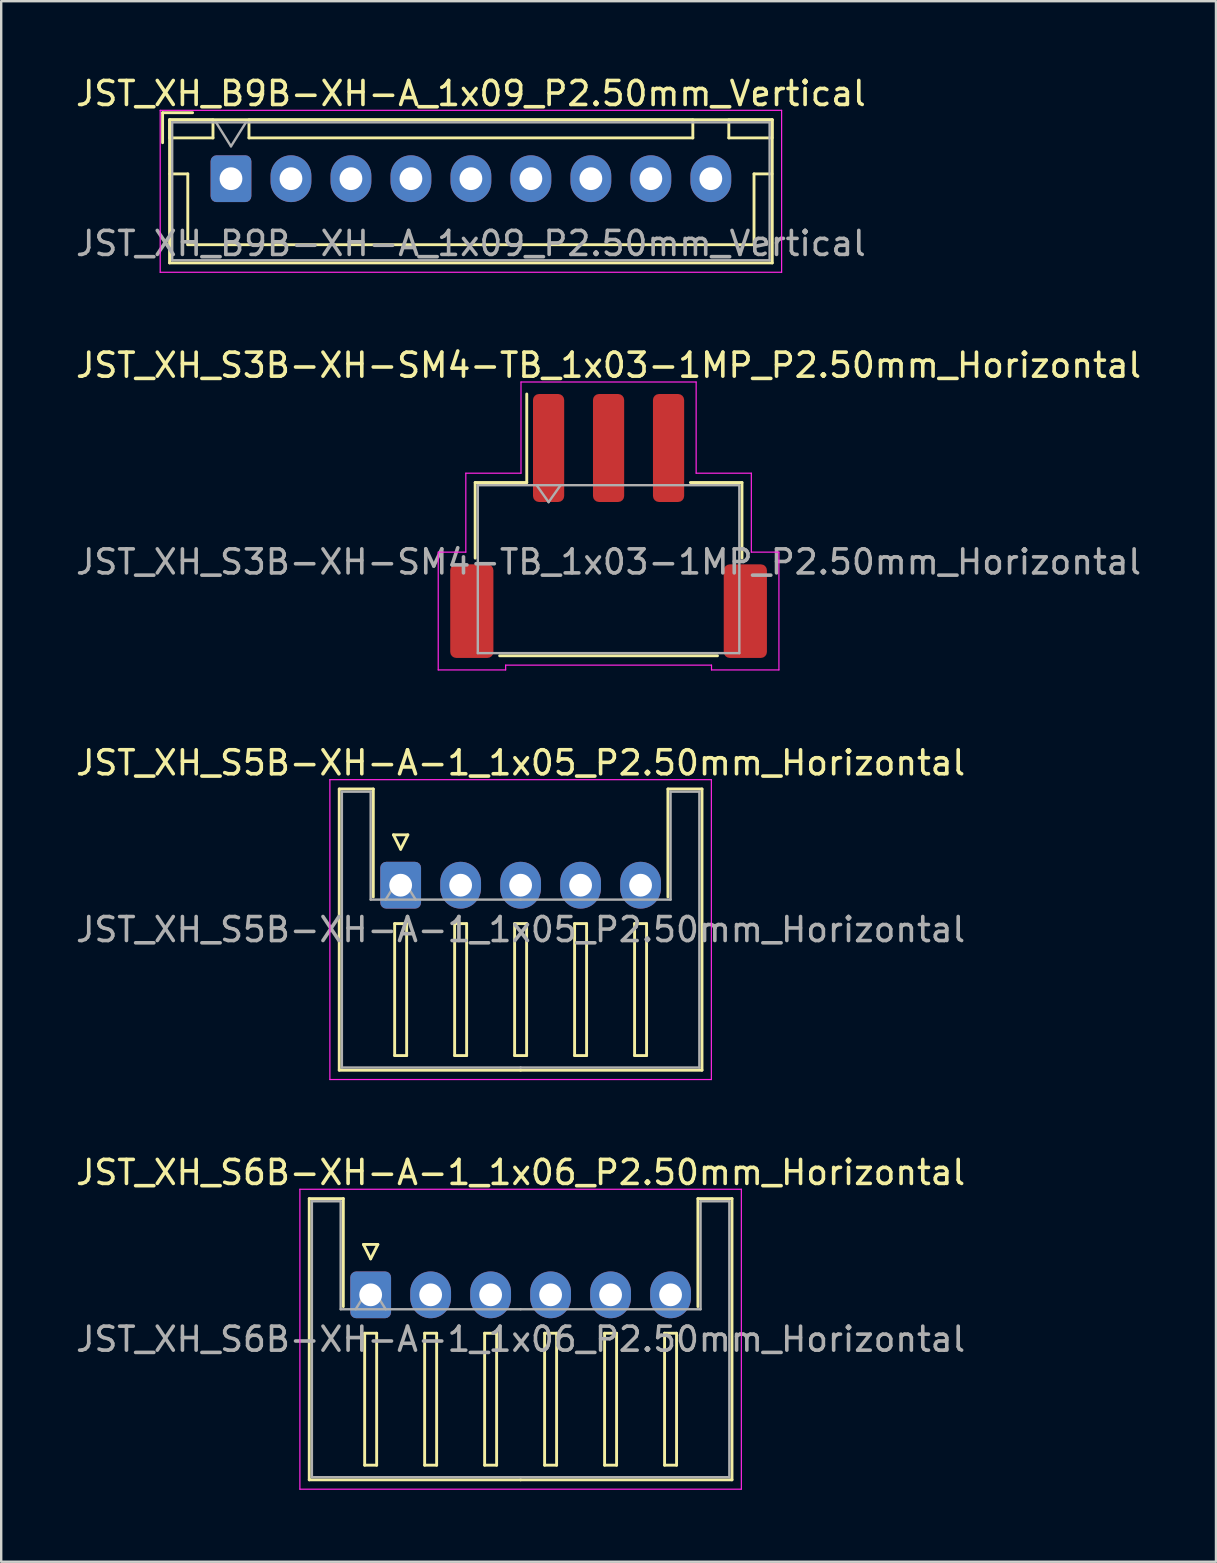
<source format=kicad_pcb>
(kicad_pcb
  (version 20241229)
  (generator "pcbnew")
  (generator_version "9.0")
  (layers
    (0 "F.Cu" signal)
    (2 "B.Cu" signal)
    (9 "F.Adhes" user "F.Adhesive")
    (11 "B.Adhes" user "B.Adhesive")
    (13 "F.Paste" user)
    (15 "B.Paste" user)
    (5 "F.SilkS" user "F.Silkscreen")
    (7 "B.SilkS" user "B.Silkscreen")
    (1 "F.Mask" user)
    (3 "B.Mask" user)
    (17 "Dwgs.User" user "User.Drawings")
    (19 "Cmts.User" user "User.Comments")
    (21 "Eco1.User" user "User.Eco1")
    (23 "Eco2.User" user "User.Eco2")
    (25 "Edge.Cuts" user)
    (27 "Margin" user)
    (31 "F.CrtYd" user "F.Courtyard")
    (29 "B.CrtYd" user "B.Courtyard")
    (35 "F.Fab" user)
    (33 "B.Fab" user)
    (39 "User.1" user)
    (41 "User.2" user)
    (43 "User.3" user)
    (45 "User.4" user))
  (footprint "JST_XH_S3B-XH-SM4-TB_1x03-1MP_P2.50mm_Horizontal"
    (layer "F.Cu")
    (at 22.315 18.872)
    (property "Reference" "JST_XH_S3B-XH-SM4-TB_1x03-1MP_P2.50mm_Horizontal" (at 0 -6.7 0) (layer "F.SilkS") (effects (font (size 1 1) (thickness 0.15))))
    (attr smd)
    (fp_line (start -5.56 -1.81) (end -3.41 -1.81) (stroke (width 0.12) (type solid)) (layer "F.SilkS"))
    (fp_line (start -5.56 1.34) (end -5.56 -1.81) (stroke (width 0.12) (type solid)) (layer "F.SilkS"))
    (fp_line (start -4.54 5.41) (end 4.54 5.41) (stroke (width 0.12) (type solid)) (layer "F.SilkS"))
    (fp_line (start -3.41 -1.81) (end -3.41 -5.5) (stroke (width 0.12) (type solid)) (layer "F.SilkS"))
    (fp_line (start 5.56 -1.81) (end 3.41 -1.81) (stroke (width 0.12) (type solid)) (layer "F.SilkS"))
    (fp_line (start 5.56 1.34) (end 5.56 -1.81) (stroke (width 0.12) (type solid)) (layer "F.SilkS"))
    (fp_line (start -7.1 1.09) (end -5.95 1.09) (stroke (width 0.05) (type solid)) (layer "F.CrtYd"))
    (fp_line (start -7.1 6) (end -7.1 1.09) (stroke (width 0.05) (type solid)) (layer "F.CrtYd"))
    (fp_line (start -5.95 -2.2) (end -3.65 -2.2) (stroke (width 0.05) (type solid)) (layer "F.CrtYd"))
    (fp_line (start -5.95 1.09) (end -5.95 -2.2) (stroke (width 0.05) (type solid)) (layer "F.CrtYd"))
    (fp_line (start -4.29 5.8) (end -4.29 6) (stroke (width 0.05) (type solid)) (layer "F.CrtYd"))
    (fp_line (start -4.29 6) (end -7.1 6) (stroke (width 0.05) (type solid)) (layer "F.CrtYd"))
    (fp_line (start -3.65 -6) (end 3.65 -6) (stroke (width 0.05) (type solid)) (layer "F.CrtYd"))
    (fp_line (start -3.65 -2.2) (end -3.65 -6) (stroke (width 0.05) (type solid)) (layer "F.CrtYd"))
    (fp_line (start 3.65 -6) (end 3.65 -2.2) (stroke (width 0.05) (type solid)) (layer "F.CrtYd"))
    (fp_line (start 3.65 -2.2) (end 5.95 -2.2) (stroke (width 0.05) (type solid)) (layer "F.CrtYd"))
    (fp_line (start 4.29 5.8) (end -4.29 5.8) (stroke (width 0.05) (type solid)) (layer "F.CrtYd"))
    (fp_line (start 4.29 6) (end 4.29 5.8) (stroke (width 0.05) (type solid)) (layer "F.CrtYd"))
    (fp_line (start 5.95 -2.2) (end 5.95 1.09) (stroke (width 0.05) (type solid)) (layer "F.CrtYd"))
    (fp_line (start 5.95 1.09) (end 7.1 1.09) (stroke (width 0.05) (type solid)) (layer "F.CrtYd"))
    (fp_line (start 7.1 1.09) (end 7.1 6) (stroke (width 0.05) (type solid)) (layer "F.CrtYd"))
    (fp_line (start 7.1 6) (end 4.29 6) (stroke (width 0.05) (type solid)) (layer "F.CrtYd"))
    (fp_line (start -5.45 -1.7) (end -5.45 5.3) (stroke (width 0.1) (type solid)) (layer "F.Fab"))
    (fp_line (start -5.45 -1.7) (end 5.45 -1.7) (stroke (width 0.1) (type solid)) (layer "F.Fab"))
    (fp_line (start -5.45 5.3) (end 5.45 5.3) (stroke (width 0.1) (type solid)) (layer "F.Fab"))
    (fp_line (start -3 -1.7) (end -2.5 -0.993) (stroke (width 0.1) (type solid)) (layer "F.Fab"))
    (fp_line (start -2.5 -0.993) (end -2 -1.7) (stroke (width 0.1) (type solid)) (layer "F.Fab"))
    (fp_line (start 5.45 -1.7) (end 5.45 5.3) (stroke (width 0.1) (type solid)) (layer "F.Fab"))
    (fp_text user "${REFERENCE}" (at 0 1.5 0) (layer "F.Fab") (effects (font (size 1 1) (thickness 0.15))))
    (pad "1" smd roundrect (at -2.5 -3.25) (size 1.3 4.5) (layers "F.Cu" "F.Mask" "F.Paste") (roundrect_rratio 0.192))
    (pad "2" smd roundrect (at 0 -3.25) (size 1.3 4.5) (layers "F.Cu" "F.Mask" "F.Paste") (roundrect_rratio 0.192))
    (pad "3" smd roundrect (at 2.5 -3.25) (size 1.3 4.5) (layers "F.Cu" "F.Mask" "F.Paste") (roundrect_rratio 0.192))
    (pad "MP" smd roundrect (at -5.7 3.55) (size 1.8 3.9) (layers "F.Cu" "F.Mask" "F.Paste") (roundrect_rratio 0.139))
    (pad "MP" smd roundrect (at 5.7 3.55) (size 1.8 3.9) (layers "F.Cu" "F.Mask" "F.Paste") (roundrect_rratio 0.139)))
  (footprint "JST_XH_S6B-XH-A-1_1x06_P2.50mm_Horizontal"
    (layer "F.Cu")
    (at 12.399 50.918)
    (property "Reference" "JST_XH_S6B-XH-A-1_1x06_P2.50mm_Horizontal" (at 6.25 -5.1 0) (layer "F.SilkS") (effects (font (size 1 1) (thickness 0.15))))
    (attr through_hole)
    (fp_line (start -2.56 -4.01) (end -1.14 -4.01) (stroke (width 0.12) (type solid)) (layer "F.SilkS"))
    (fp_line (start -2.56 7.71) (end -2.56 -4.01) (stroke (width 0.12) (type solid)) (layer "F.SilkS"))
    (fp_line (start -1.14 -4.01) (end -1.14 0.49) (stroke (width 0.12) (type solid)) (layer "F.SilkS"))
    (fp_line (start -0.3 -2.1) (end 0.3 -2.1) (stroke (width 0.12) (type solid)) (layer "F.SilkS"))
    (fp_line (start -0.25 1.6) (end -0.25 7.1) (stroke (width 0.12) (type solid)) (layer "F.SilkS"))
    (fp_line (start -0.25 7.1) (end 0.25 7.1) (stroke (width 0.12) (type solid)) (layer "F.SilkS"))
    (fp_line (start 0 -1.5) (end -0.3 -2.1) (stroke (width 0.12) (type solid)) (layer "F.SilkS"))
    (fp_line (start 0.25 1.6) (end -0.25 1.6) (stroke (width 0.12) (type solid)) (layer "F.SilkS"))
    (fp_line (start 0.25 7.1) (end 0.25 1.6) (stroke (width 0.12) (type solid)) (layer "F.SilkS"))
    (fp_line (start 0.3 -2.1) (end 0 -1.5) (stroke (width 0.12) (type solid)) (layer "F.SilkS"))
    (fp_line (start 2.25 1.6) (end 2.25 7.1) (stroke (width 0.12) (type solid)) (layer "F.SilkS"))
    (fp_line (start 2.25 7.1) (end 2.75 7.1) (stroke (width 0.12) (type solid)) (layer "F.SilkS"))
    (fp_line (start 2.75 1.6) (end 2.25 1.6) (stroke (width 0.12) (type solid)) (layer "F.SilkS"))
    (fp_line (start 2.75 7.1) (end 2.75 1.6) (stroke (width 0.12) (type solid)) (layer "F.SilkS"))
    (fp_line (start 4.75 1.6) (end 4.75 7.1) (stroke (width 0.12) (type solid)) (layer "F.SilkS"))
    (fp_line (start 4.75 7.1) (end 5.25 7.1) (stroke (width 0.12) (type solid)) (layer "F.SilkS"))
    (fp_line (start 5.25 1.6) (end 4.75 1.6) (stroke (width 0.12) (type solid)) (layer "F.SilkS"))
    (fp_line (start 5.25 7.1) (end 5.25 1.6) (stroke (width 0.12) (type solid)) (layer "F.SilkS"))
    (fp_line (start 6.25 7.71) (end -2.56 7.71) (stroke (width 0.12) (type solid)) (layer "F.SilkS"))
    (fp_line (start 6.25 7.71) (end 15.06 7.71) (stroke (width 0.12) (type solid)) (layer "F.SilkS"))
    (fp_line (start 7.25 1.6) (end 7.25 7.1) (stroke (width 0.12) (type solid)) (layer "F.SilkS"))
    (fp_line (start 7.25 7.1) (end 7.75 7.1) (stroke (width 0.12) (type solid)) (layer "F.SilkS"))
    (fp_line (start 7.75 1.6) (end 7.25 1.6) (stroke (width 0.12) (type solid)) (layer "F.SilkS"))
    (fp_line (start 7.75 7.1) (end 7.75 1.6) (stroke (width 0.12) (type solid)) (layer "F.SilkS"))
    (fp_line (start 9.75 1.6) (end 9.75 7.1) (stroke (width 0.12) (type solid)) (layer "F.SilkS"))
    (fp_line (start 9.75 7.1) (end 10.25 7.1) (stroke (width 0.12) (type solid)) (layer "F.SilkS"))
    (fp_line (start 10.25 1.6) (end 9.75 1.6) (stroke (width 0.12) (type solid)) (layer "F.SilkS"))
    (fp_line (start 10.25 7.1) (end 10.25 1.6) (stroke (width 0.12) (type solid)) (layer "F.SilkS"))
    (fp_line (start 12.25 1.6) (end 12.25 7.1) (stroke (width 0.12) (type solid)) (layer "F.SilkS"))
    (fp_line (start 12.25 7.1) (end 12.75 7.1) (stroke (width 0.12) (type solid)) (layer "F.SilkS"))
    (fp_line (start 12.75 1.6) (end 12.25 1.6) (stroke (width 0.12) (type solid)) (layer "F.SilkS"))
    (fp_line (start 12.75 7.1) (end 12.75 1.6) (stroke (width 0.12) (type solid)) (layer "F.SilkS"))
    (fp_line (start 13.64 -4.01) (end 13.64 0.49) (stroke (width 0.12) (type solid)) (layer "F.SilkS"))
    (fp_line (start 15.06 -4.01) (end 13.64 -4.01) (stroke (width 0.12) (type solid)) (layer "F.SilkS"))
    (fp_line (start 15.06 7.71) (end 15.06 -4.01) (stroke (width 0.12) (type solid)) (layer "F.SilkS"))
    (fp_line (start -2.95 -4.4) (end -2.95 8.1) (stroke (width 0.05) (type solid)) (layer "F.CrtYd"))
    (fp_line (start -2.95 8.1) (end 15.45 8.1) (stroke (width 0.05) (type solid)) (layer "F.CrtYd"))
    (fp_line (start 15.45 -4.4) (end -2.95 -4.4) (stroke (width 0.05) (type solid)) (layer "F.CrtYd"))
    (fp_line (start 15.45 8.1) (end 15.45 -4.4) (stroke (width 0.05) (type solid)) (layer "F.CrtYd"))
    (fp_line (start -2.45 -3.9) (end -1.25 -3.9) (stroke (width 0.1) (type solid)) (layer "F.Fab"))
    (fp_line (start -2.45 7.6) (end -2.45 -3.9) (stroke (width 0.1) (type solid)) (layer "F.Fab"))
    (fp_line (start -1.25 -3.9) (end -1.25 0.6) (stroke (width 0.1) (type solid)) (layer "F.Fab"))
    (fp_line (start -1.25 0.6) (end 6.25 0.6) (stroke (width 0.1) (type solid)) (layer "F.Fab"))
    (fp_line (start -0.625 0.6) (end 0 -0.4) (stroke (width 0.1) (type solid)) (layer "F.Fab"))
    (fp_line (start 0 -0.4) (end 0.625 0.6) (stroke (width 0.1) (type solid)) (layer "F.Fab"))
    (fp_line (start 6.25 7.6) (end -2.45 7.6) (stroke (width 0.1) (type solid)) (layer "F.Fab"))
    (fp_line (start 6.25 7.6) (end 14.95 7.6) (stroke (width 0.1) (type solid)) (layer "F.Fab"))
    (fp_line (start 13.75 -3.9) (end 13.75 0.6) (stroke (width 0.1) (type solid)) (layer "F.Fab"))
    (fp_line (start 13.75 0.6) (end 6.25 0.6) (stroke (width 0.1) (type solid)) (layer "F.Fab"))
    (fp_line (start 14.95 -3.9) (end 13.75 -3.9) (stroke (width 0.1) (type solid)) (layer "F.Fab"))
    (fp_line (start 14.95 7.6) (end 14.95 -3.9) (stroke (width 0.1) (type solid)) (layer "F.Fab"))
    (fp_text user "${REFERENCE}" (at 6.25 1.85 0) (layer "F.Fab") (effects (font (size 1 1) (thickness 0.15))))
    (pad "1" thru_hole roundrect (at 0 0) (size 1.7 1.95) (drill 0.95) (layers "*.Cu" "*.Mask") (roundrect_rratio 0.147))
    (pad "2" thru_hole oval (at 2.5 0) (size 1.7 1.95) (drill 0.95) (layers "*.Cu" "*.Mask"))
    (pad "3" thru_hole oval (at 5 0) (size 1.7 1.95) (drill 0.95) (layers "*.Cu" "*.Mask"))
    (pad "4" thru_hole oval (at 7.5 0) (size 1.7 1.95) (drill 0.95) (layers "*.Cu" "*.Mask"))
    (pad "5" thru_hole oval (at 10 0) (size 1.7 1.95) (drill 0.95) (layers "*.Cu" "*.Mask"))
    (pad "6" thru_hole oval (at 12.5 0) (size 1.7 1.95) (drill 0.95) (layers "*.Cu" "*.Mask")))
  (footprint "JST_XH_B9B-XH-A_1x09_P2.50mm_Vertical"
    (layer "F.Cu")
    (at 6.577 4.398)
    (property "Reference" "JST_XH_B9B-XH-A_1x09_P2.50mm_Vertical" (at 10 -3.55 0) (layer "F.SilkS") (effects (font (size 1 1) (thickness 0.15))))
    (attr through_hole)
    (fp_line (start -2.85 -2.75) (end -2.85 -1.5) (stroke (width 0.12) (type solid)) (layer "F.SilkS"))
    (fp_line (start -2.56 -2.46) (end -2.56 3.51) (stroke (width 0.12) (type solid)) (layer "F.SilkS"))
    (fp_line (start -2.56 3.51) (end 22.56 3.51) (stroke (width 0.12) (type solid)) (layer "F.SilkS"))
    (fp_line (start -2.55 -2.45) (end -2.55 -1.7) (stroke (width 0.12) (type solid)) (layer "F.SilkS"))
    (fp_line (start -2.55 -1.7) (end -0.75 -1.7) (stroke (width 0.12) (type solid)) (layer "F.SilkS"))
    (fp_line (start -2.55 -0.2) (end -1.8 -0.2) (stroke (width 0.12) (type solid)) (layer "F.SilkS"))
    (fp_line (start -1.8 -0.2) (end -1.8 2.75) (stroke (width 0.12) (type solid)) (layer "F.SilkS"))
    (fp_line (start -1.8 2.75) (end 10 2.75) (stroke (width 0.12) (type solid)) (layer "F.SilkS"))
    (fp_line (start -1.6 -2.75) (end -2.85 -2.75) (stroke (width 0.12) (type solid)) (layer "F.SilkS"))
    (fp_line (start -0.75 -2.45) (end -2.55 -2.45) (stroke (width 0.12) (type solid)) (layer "F.SilkS"))
    (fp_line (start -0.75 -1.7) (end -0.75 -2.45) (stroke (width 0.12) (type solid)) (layer "F.SilkS"))
    (fp_line (start 0.75 -2.45) (end 0.75 -1.7) (stroke (width 0.12) (type solid)) (layer "F.SilkS"))
    (fp_line (start 0.75 -1.7) (end 19.25 -1.7) (stroke (width 0.12) (type solid)) (layer "F.SilkS"))
    (fp_line (start 19.25 -2.45) (end 0.75 -2.45) (stroke (width 0.12) (type solid)) (layer "F.SilkS"))
    (fp_line (start 19.25 -1.7) (end 19.25 -2.45) (stroke (width 0.12) (type solid)) (layer "F.SilkS"))
    (fp_line (start 20.75 -2.45) (end 20.75 -1.7) (stroke (width 0.12) (type solid)) (layer "F.SilkS"))
    (fp_line (start 20.75 -1.7) (end 22.55 -1.7) (stroke (width 0.12) (type solid)) (layer "F.SilkS"))
    (fp_line (start 21.8 -0.2) (end 21.8 2.75) (stroke (width 0.12) (type solid)) (layer "F.SilkS"))
    (fp_line (start 21.8 2.75) (end 10 2.75) (stroke (width 0.12) (type solid)) (layer "F.SilkS"))
    (fp_line (start 22.55 -2.45) (end 20.75 -2.45) (stroke (width 0.12) (type solid)) (layer "F.SilkS"))
    (fp_line (start 22.55 -1.7) (end 22.55 -2.45) (stroke (width 0.12) (type solid)) (layer "F.SilkS"))
    (fp_line (start 22.55 -0.2) (end 21.8 -0.2) (stroke (width 0.12) (type solid)) (layer "F.SilkS"))
    (fp_line (start 22.56 -2.46) (end -2.56 -2.46) (stroke (width 0.12) (type solid)) (layer "F.SilkS"))
    (fp_line (start 22.56 3.51) (end 22.56 -2.46) (stroke (width 0.12) (type solid)) (layer "F.SilkS"))
    (fp_line (start -2.95 -2.85) (end -2.95 3.9) (stroke (width 0.05) (type solid)) (layer "F.CrtYd"))
    (fp_line (start -2.95 3.9) (end 22.95 3.9) (stroke (width 0.05) (type solid)) (layer "F.CrtYd"))
    (fp_line (start 22.95 -2.85) (end -2.95 -2.85) (stroke (width 0.05) (type solid)) (layer "F.CrtYd"))
    (fp_line (start 22.95 3.9) (end 22.95 -2.85) (stroke (width 0.05) (type solid)) (layer "F.CrtYd"))
    (fp_line (start -2.45 -2.35) (end -2.45 3.4) (stroke (width 0.1) (type solid)) (layer "F.Fab"))
    (fp_line (start -2.45 3.4) (end 22.45 3.4) (stroke (width 0.1) (type solid)) (layer "F.Fab"))
    (fp_line (start -0.625 -2.35) (end 0 -1.35) (stroke (width 0.1) (type solid)) (layer "F.Fab"))
    (fp_line (start 0 -1.35) (end 0.625 -2.35) (stroke (width 0.1) (type solid)) (layer "F.Fab"))
    (fp_line (start 22.45 -2.35) (end -2.45 -2.35) (stroke (width 0.1) (type solid)) (layer "F.Fab"))
    (fp_line (start 22.45 3.4) (end 22.45 -2.35) (stroke (width 0.1) (type solid)) (layer "F.Fab"))
    (fp_text user "${REFERENCE}" (at 10 2.7 0) (layer "F.Fab") (effects (font (size 1 1) (thickness 0.15))))
    (pad "1" thru_hole roundrect (at 0 0) (size 1.7 1.95) (drill 0.95) (layers "*.Cu" "*.Mask") (roundrect_rratio 0.147))
    (pad "2" thru_hole oval (at 2.5 0) (size 1.7 1.95) (drill 0.95) (layers "*.Cu" "*.Mask"))
    (pad "3" thru_hole oval (at 5 0) (size 1.7 1.95) (drill 0.95) (layers "*.Cu" "*.Mask"))
    (pad "4" thru_hole oval (at 7.5 0) (size 1.7 1.95) (drill 0.95) (layers "*.Cu" "*.Mask"))
    (pad "5" thru_hole oval (at 10 0) (size 1.7 1.95) (drill 0.95) (layers "*.Cu" "*.Mask"))
    (pad "6" thru_hole oval (at 12.5 0) (size 1.7 1.95) (drill 0.95) (layers "*.Cu" "*.Mask"))
    (pad "7" thru_hole oval (at 15 0) (size 1.7 1.95) (drill 0.95) (layers "*.Cu" "*.Mask"))
    (pad "8" thru_hole oval (at 17.5 0) (size 1.7 1.95) (drill 0.95) (layers "*.Cu" "*.Mask"))
    (pad "9" thru_hole oval (at 20 0) (size 1.7 1.95) (drill 0.95) (layers "*.Cu" "*.Mask")))
  (footprint "JST_XH_S5B-XH-A-1_1x05_P2.50mm_Horizontal"
    (layer "F.Cu")
    (at 13.649 33.845)
    (property "Reference" "JST_XH_S5B-XH-A-1_1x05_P2.50mm_Horizontal" (at 5 -5.1 0) (layer "F.SilkS") (effects (font (size 1 1) (thickness 0.15))))
    (attr through_hole)
    (fp_line (start -2.56 -4.01) (end -1.14 -4.01) (stroke (width 0.12) (type solid)) (layer "F.SilkS"))
    (fp_line (start -2.56 7.71) (end -2.56 -4.01) (stroke (width 0.12) (type solid)) (layer "F.SilkS"))
    (fp_line (start -1.14 -4.01) (end -1.14 0.49) (stroke (width 0.12) (type solid)) (layer "F.SilkS"))
    (fp_line (start -0.3 -2.1) (end 0.3 -2.1) (stroke (width 0.12) (type solid)) (layer "F.SilkS"))
    (fp_line (start -0.25 1.6) (end -0.25 7.1) (stroke (width 0.12) (type solid)) (layer "F.SilkS"))
    (fp_line (start -0.25 7.1) (end 0.25 7.1) (stroke (width 0.12) (type solid)) (layer "F.SilkS"))
    (fp_line (start 0 -1.5) (end -0.3 -2.1) (stroke (width 0.12) (type solid)) (layer "F.SilkS"))
    (fp_line (start 0.25 1.6) (end -0.25 1.6) (stroke (width 0.12) (type solid)) (layer "F.SilkS"))
    (fp_line (start 0.25 7.1) (end 0.25 1.6) (stroke (width 0.12) (type solid)) (layer "F.SilkS"))
    (fp_line (start 0.3 -2.1) (end 0 -1.5) (stroke (width 0.12) (type solid)) (layer "F.SilkS"))
    (fp_line (start 2.25 1.6) (end 2.25 7.1) (stroke (width 0.12) (type solid)) (layer "F.SilkS"))
    (fp_line (start 2.25 7.1) (end 2.75 7.1) (stroke (width 0.12) (type solid)) (layer "F.SilkS"))
    (fp_line (start 2.75 1.6) (end 2.25 1.6) (stroke (width 0.12) (type solid)) (layer "F.SilkS"))
    (fp_line (start 2.75 7.1) (end 2.75 1.6) (stroke (width 0.12) (type solid)) (layer "F.SilkS"))
    (fp_line (start 4.75 1.6) (end 4.75 7.1) (stroke (width 0.12) (type solid)) (layer "F.SilkS"))
    (fp_line (start 4.75 7.1) (end 5.25 7.1) (stroke (width 0.12) (type solid)) (layer "F.SilkS"))
    (fp_line (start 5 7.71) (end -2.56 7.71) (stroke (width 0.12) (type solid)) (layer "F.SilkS"))
    (fp_line (start 5 7.71) (end 12.56 7.71) (stroke (width 0.12) (type solid)) (layer "F.SilkS"))
    (fp_line (start 5.25 1.6) (end 4.75 1.6) (stroke (width 0.12) (type solid)) (layer "F.SilkS"))
    (fp_line (start 5.25 7.1) (end 5.25 1.6) (stroke (width 0.12) (type solid)) (layer "F.SilkS"))
    (fp_line (start 7.25 1.6) (end 7.25 7.1) (stroke (width 0.12) (type solid)) (layer "F.SilkS"))
    (fp_line (start 7.25 7.1) (end 7.75 7.1) (stroke (width 0.12) (type solid)) (layer "F.SilkS"))
    (fp_line (start 7.75 1.6) (end 7.25 1.6) (stroke (width 0.12) (type solid)) (layer "F.SilkS"))
    (fp_line (start 7.75 7.1) (end 7.75 1.6) (stroke (width 0.12) (type solid)) (layer "F.SilkS"))
    (fp_line (start 9.75 1.6) (end 9.75 7.1) (stroke (width 0.12) (type solid)) (layer "F.SilkS"))
    (fp_line (start 9.75 7.1) (end 10.25 7.1) (stroke (width 0.12) (type solid)) (layer "F.SilkS"))
    (fp_line (start 10.25 1.6) (end 9.75 1.6) (stroke (width 0.12) (type solid)) (layer "F.SilkS"))
    (fp_line (start 10.25 7.1) (end 10.25 1.6) (stroke (width 0.12) (type solid)) (layer "F.SilkS"))
    (fp_line (start 11.14 -4.01) (end 11.14 0.49) (stroke (width 0.12) (type solid)) (layer "F.SilkS"))
    (fp_line (start 12.56 -4.01) (end 11.14 -4.01) (stroke (width 0.12) (type solid)) (layer "F.SilkS"))
    (fp_line (start 12.56 7.71) (end 12.56 -4.01) (stroke (width 0.12) (type solid)) (layer "F.SilkS"))
    (fp_line (start -2.95 -4.4) (end -2.95 8.1) (stroke (width 0.05) (type solid)) (layer "F.CrtYd"))
    (fp_line (start -2.95 8.1) (end 12.95 8.1) (stroke (width 0.05) (type solid)) (layer "F.CrtYd"))
    (fp_line (start 12.95 -4.4) (end -2.95 -4.4) (stroke (width 0.05) (type solid)) (layer "F.CrtYd"))
    (fp_line (start 12.95 8.1) (end 12.95 -4.4) (stroke (width 0.05) (type solid)) (layer "F.CrtYd"))
    (fp_line (start -2.45 -3.9) (end -1.25 -3.9) (stroke (width 0.1) (type solid)) (layer "F.Fab"))
    (fp_line (start -2.45 7.6) (end -2.45 -3.9) (stroke (width 0.1) (type solid)) (layer "F.Fab"))
    (fp_line (start -1.25 -3.9) (end -1.25 0.6) (stroke (width 0.1) (type solid)) (layer "F.Fab"))
    (fp_line (start -1.25 0.6) (end 5 0.6) (stroke (width 0.1) (type solid)) (layer "F.Fab"))
    (fp_line (start -0.625 0.6) (end 0 -0.4) (stroke (width 0.1) (type solid)) (layer "F.Fab"))
    (fp_line (start 0 -0.4) (end 0.625 0.6) (stroke (width 0.1) (type solid)) (layer "F.Fab"))
    (fp_line (start 5 7.6) (end -2.45 7.6) (stroke (width 0.1) (type solid)) (layer "F.Fab"))
    (fp_line (start 5 7.6) (end 12.45 7.6) (stroke (width 0.1) (type solid)) (layer "F.Fab"))
    (fp_line (start 11.25 -3.9) (end 11.25 0.6) (stroke (width 0.1) (type solid)) (layer "F.Fab"))
    (fp_line (start 11.25 0.6) (end 5 0.6) (stroke (width 0.1) (type solid)) (layer "F.Fab"))
    (fp_line (start 12.45 -3.9) (end 11.25 -3.9) (stroke (width 0.1) (type solid)) (layer "F.Fab"))
    (fp_line (start 12.45 7.6) (end 12.45 -3.9) (stroke (width 0.1) (type solid)) (layer "F.Fab"))
    (fp_text user "${REFERENCE}" (at 5 1.85 0) (layer "F.Fab") (effects (font (size 1 1) (thickness 0.15))))
    (pad "1" thru_hole roundrect (at 0 0) (size 1.7 1.95) (drill 0.95) (layers "*.Cu" "*.Mask") (roundrect_rratio 0.147))
    (pad "2" thru_hole oval (at 2.5 0) (size 1.7 1.95) (drill 0.95) (layers "*.Cu" "*.Mask"))
    (pad "3" thru_hole oval (at 5 0) (size 1.7 1.95) (drill 0.95) (layers "*.Cu" "*.Mask"))
    (pad "4" thru_hole oval (at 7.5 0) (size 1.7 1.95) (drill 0.95) (layers "*.Cu" "*.Mask"))
    (pad "5" thru_hole oval (at 10 0) (size 1.7 1.95) (drill 0.95) (layers "*.Cu" "*.Mask")))
  (gr_rect
    (start -3 -3)
    (end 47.631 62.043)
    (stroke (width 0.1) (type default))
    (fill no)
    (layer "Edge.Cuts")))
</source>
